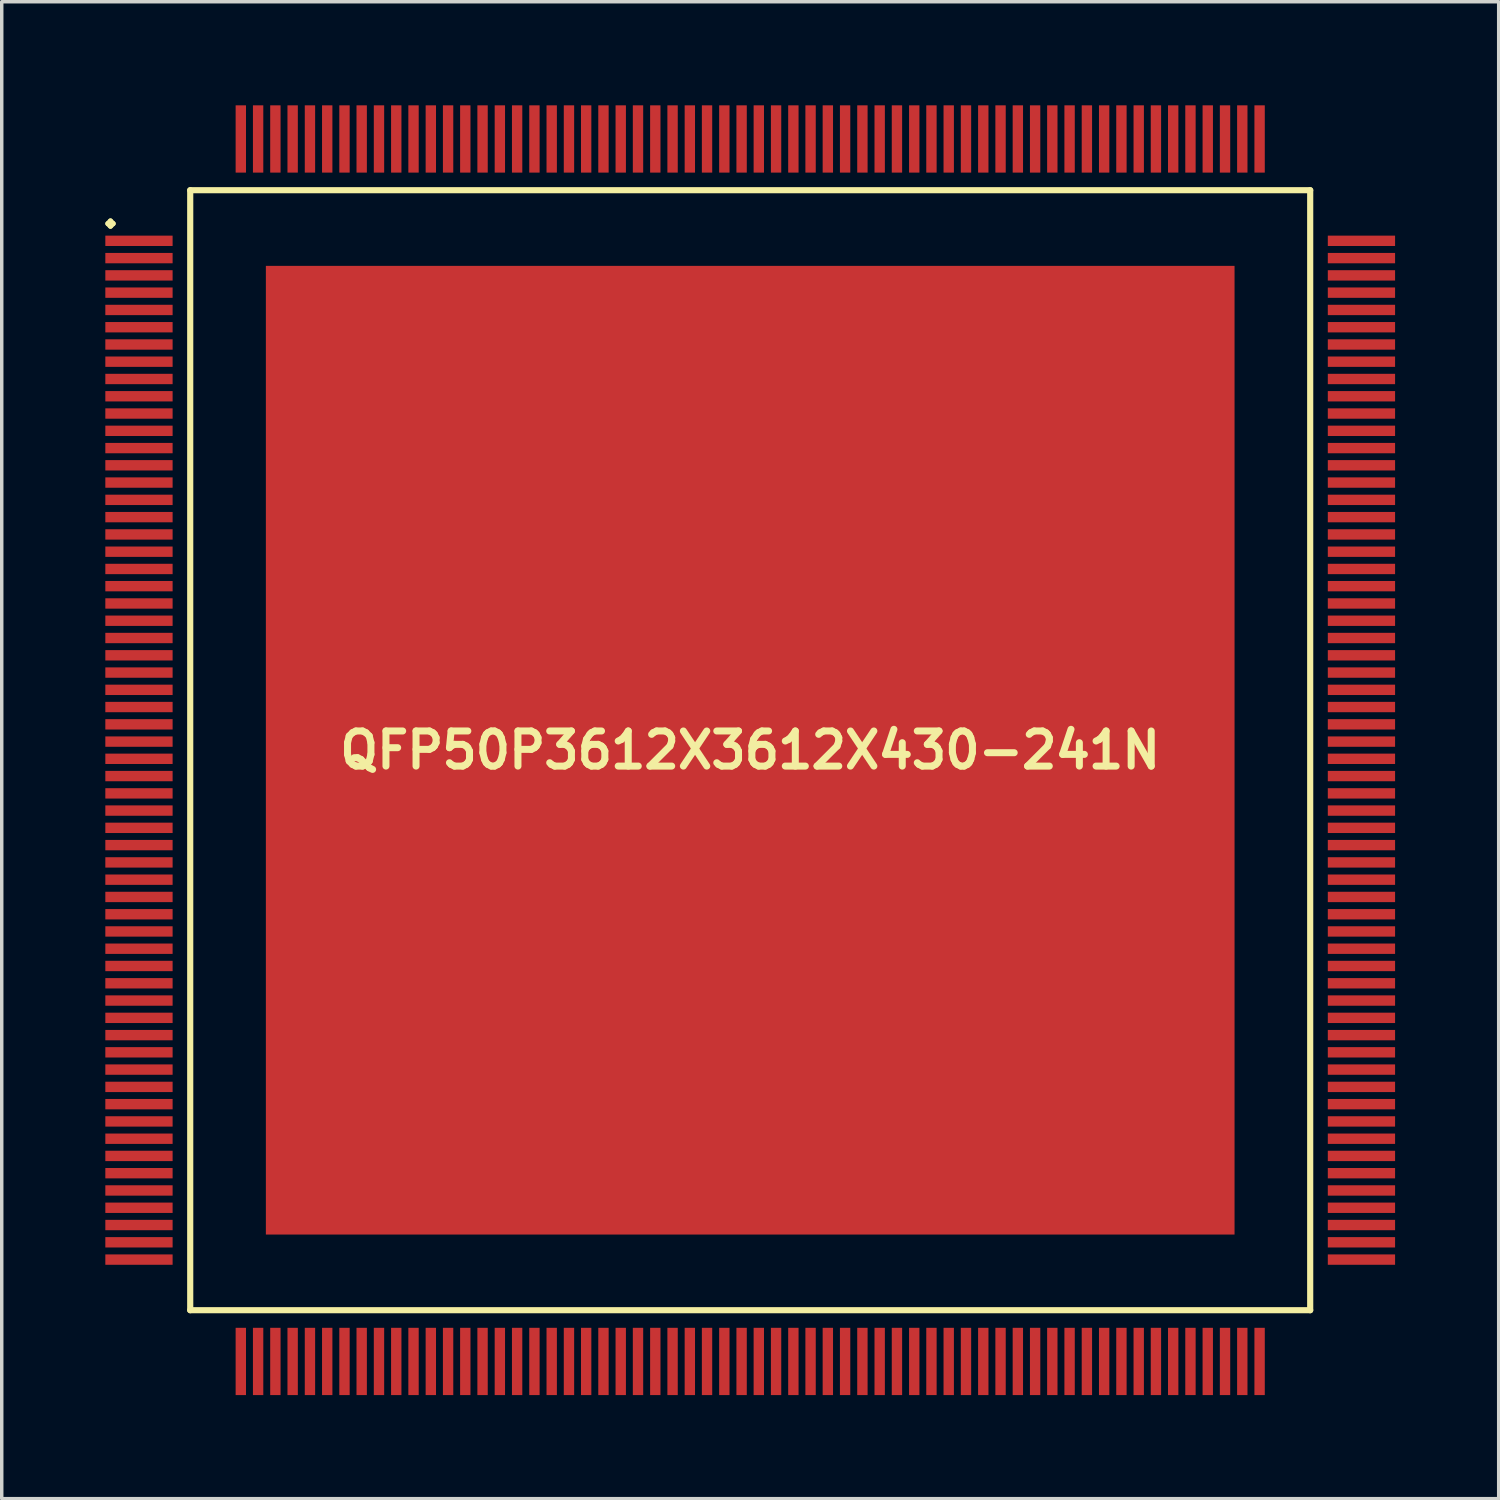
<source format=kicad_pcb>
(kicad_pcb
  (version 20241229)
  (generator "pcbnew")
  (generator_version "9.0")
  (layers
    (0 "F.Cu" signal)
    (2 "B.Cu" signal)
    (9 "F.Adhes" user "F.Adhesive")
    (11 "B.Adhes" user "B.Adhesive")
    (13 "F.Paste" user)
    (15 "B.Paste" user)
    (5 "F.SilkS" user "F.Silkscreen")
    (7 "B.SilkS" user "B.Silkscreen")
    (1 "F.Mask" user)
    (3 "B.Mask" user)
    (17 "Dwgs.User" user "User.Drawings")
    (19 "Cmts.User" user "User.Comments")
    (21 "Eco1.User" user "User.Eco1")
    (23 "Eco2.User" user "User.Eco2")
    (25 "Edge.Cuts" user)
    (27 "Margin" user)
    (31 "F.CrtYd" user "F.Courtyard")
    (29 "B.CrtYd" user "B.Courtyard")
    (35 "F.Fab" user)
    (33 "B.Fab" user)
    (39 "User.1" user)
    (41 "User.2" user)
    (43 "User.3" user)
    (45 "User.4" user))
  (footprint "QFP50P3612X3612X430-241N"
    (layer "F.Cu")
    (at 18.673 18.673)
    (property "Reference" "QFP50P3612X3612X430-241N" (at 0 0 0) (layer "F.SilkS") (effects (font (size 1.016 1.016) (thickness 0.203))))
    (attr smd)
    (fp_line (start -18.598 -15.248) (end -18.524 -15.324) (stroke (width 0.15) (type solid)) (layer "F.SilkS"))
    (fp_line (start -18.524 -15.324) (end -18.448 -15.248) (stroke (width 0.15) (type solid)) (layer "F.SilkS"))
    (fp_line (start -18.524 -15.174) (end -18.598 -15.248) (stroke (width 0.15) (type solid)) (layer "F.SilkS"))
    (fp_line (start -18.448 -15.248) (end -18.524 -15.174) (stroke (width 0.15) (type solid)) (layer "F.SilkS"))
    (fp_line (start -16.215 -16.215) (end -16.215 16.215) (stroke (width 0.178) (type solid)) (layer "F.SilkS"))
    (fp_line (start -16.215 16.215) (end 16.215 16.215) (stroke (width 0.178) (type solid)) (layer "F.SilkS"))
    (fp_line (start 16.215 -16.215) (end -16.215 -16.215) (stroke (width 0.178) (type solid)) (layer "F.SilkS"))
    (fp_line (start 16.215 16.215) (end 16.215 -16.215) (stroke (width 0.178) (type solid)) (layer "F.SilkS"))
    (pad "1" smd rect (at -17.699 -14.75) (size 1.948 0.3) (layers "F.Cu" "F.Mask" "F.Paste"))
    (pad "2" smd rect (at -17.699 -14.249) (size 1.948 0.3) (layers "F.Cu" "F.Mask" "F.Paste"))
    (pad "3" smd rect (at -17.699 -13.749) (size 1.948 0.3) (layers "F.Cu" "F.Mask" "F.Paste"))
    (pad "4" smd rect (at -17.699 -13.249) (size 1.948 0.3) (layers "F.Cu" "F.Mask" "F.Paste"))
    (pad "5" smd rect (at -17.699 -12.748) (size 1.948 0.3) (layers "F.Cu" "F.Mask" "F.Paste"))
    (pad "6" smd rect (at -17.699 -12.248) (size 1.948 0.3) (layers "F.Cu" "F.Mask" "F.Paste"))
    (pad "7" smd rect (at -17.699 -11.748) (size 1.948 0.3) (layers "F.Cu" "F.Mask" "F.Paste"))
    (pad "8" smd rect (at -17.699 -11.25) (size 1.948 0.3) (layers "F.Cu" "F.Mask" "F.Paste"))
    (pad "9" smd rect (at -17.699 -10.749) (size 1.948 0.3) (layers "F.Cu" "F.Mask" "F.Paste"))
    (pad "10" smd rect (at -17.699 -10.249) (size 1.948 0.3) (layers "F.Cu" "F.Mask" "F.Paste"))
    (pad "11" smd rect (at -17.699 -9.749) (size 1.948 0.3) (layers "F.Cu" "F.Mask" "F.Paste"))
    (pad "12" smd rect (at -17.699 -9.248) (size 1.948 0.3) (layers "F.Cu" "F.Mask" "F.Paste"))
    (pad "13" smd rect (at -17.699 -8.748) (size 1.948 0.3) (layers "F.Cu" "F.Mask" "F.Paste"))
    (pad "14" smd rect (at -17.699 -8.25) (size 1.948 0.3) (layers "F.Cu" "F.Mask" "F.Paste"))
    (pad "15" smd rect (at -17.699 -7.75) (size 1.948 0.3) (layers "F.Cu" "F.Mask" "F.Paste"))
    (pad "16" smd rect (at -17.699 -7.249) (size 1.948 0.3) (layers "F.Cu" "F.Mask" "F.Paste"))
    (pad "17" smd rect (at -17.699 -6.749) (size 1.948 0.3) (layers "F.Cu" "F.Mask" "F.Paste"))
    (pad "18" smd rect (at -17.699 -6.248) (size 1.948 0.3) (layers "F.Cu" "F.Mask" "F.Paste"))
    (pad "19" smd rect (at -17.699 -5.748) (size 1.948 0.3) (layers "F.Cu" "F.Mask" "F.Paste"))
    (pad "20" smd rect (at -17.699 -5.248) (size 1.948 0.3) (layers "F.Cu" "F.Mask" "F.Paste"))
    (pad "21" smd rect (at -17.699 -4.75) (size 1.948 0.3) (layers "F.Cu" "F.Mask" "F.Paste"))
    (pad "22" smd rect (at -17.699 -4.249) (size 1.948 0.3) (layers "F.Cu" "F.Mask" "F.Paste"))
    (pad "23" smd rect (at -17.699 -3.749) (size 1.948 0.3) (layers "F.Cu" "F.Mask" "F.Paste"))
    (pad "24" smd rect (at -17.699 -3.249) (size 1.948 0.3) (layers "F.Cu" "F.Mask" "F.Paste"))
    (pad "25" smd rect (at -17.699 -2.748) (size 1.948 0.3) (layers "F.Cu" "F.Mask" "F.Paste"))
    (pad "26" smd rect (at -17.699 -2.248) (size 1.948 0.3) (layers "F.Cu" "F.Mask" "F.Paste"))
    (pad "27" smd rect (at -17.699 -1.748) (size 1.948 0.3) (layers "F.Cu" "F.Mask" "F.Paste"))
    (pad "28" smd rect (at -17.699 -1.25) (size 1.948 0.3) (layers "F.Cu" "F.Mask" "F.Paste"))
    (pad "29" smd rect (at -17.699 -0.749) (size 1.948 0.3) (layers "F.Cu" "F.Mask" "F.Paste"))
    (pad "30" smd rect (at -17.699 -0.249) (size 1.948 0.3) (layers "F.Cu" "F.Mask" "F.Paste"))
    (pad "31" smd rect (at -17.699 0.249) (size 1.948 0.3) (layers "F.Cu" "F.Mask" "F.Paste"))
    (pad "32" smd rect (at -17.699 0.749) (size 1.948 0.3) (layers "F.Cu" "F.Mask" "F.Paste"))
    (pad "33" smd rect (at -17.699 1.25) (size 1.948 0.3) (layers "F.Cu" "F.Mask" "F.Paste"))
    (pad "34" smd rect (at -17.699 1.748) (size 1.948 0.3) (layers "F.Cu" "F.Mask" "F.Paste"))
    (pad "35" smd rect (at -17.699 2.248) (size 1.948 0.3) (layers "F.Cu" "F.Mask" "F.Paste"))
    (pad "36" smd rect (at -17.699 2.748) (size 1.948 0.3) (layers "F.Cu" "F.Mask" "F.Paste"))
    (pad "37" smd rect (at -17.699 3.249) (size 1.948 0.3) (layers "F.Cu" "F.Mask" "F.Paste"))
    (pad "38" smd rect (at -17.699 3.749) (size 1.948 0.3) (layers "F.Cu" "F.Mask" "F.Paste"))
    (pad "39" smd rect (at -17.699 4.249) (size 1.948 0.3) (layers "F.Cu" "F.Mask" "F.Paste"))
    (pad "40" smd rect (at -17.699 4.75) (size 1.948 0.3) (layers "F.Cu" "F.Mask" "F.Paste"))
    (pad "41" smd rect (at -17.699 5.248) (size 1.948 0.3) (layers "F.Cu" "F.Mask" "F.Paste"))
    (pad "42" smd rect (at -17.699 5.748) (size 1.948 0.3) (layers "F.Cu" "F.Mask" "F.Paste"))
    (pad "43" smd rect (at -17.699 6.248) (size 1.948 0.3) (layers "F.Cu" "F.Mask" "F.Paste"))
    (pad "44" smd rect (at -17.699 6.749) (size 1.948 0.3) (layers "F.Cu" "F.Mask" "F.Paste"))
    (pad "45" smd rect (at -17.699 7.249) (size 1.948 0.3) (layers "F.Cu" "F.Mask" "F.Paste"))
    (pad "46" smd rect (at -17.699 7.75) (size 1.948 0.3) (layers "F.Cu" "F.Mask" "F.Paste"))
    (pad "47" smd rect (at -17.699 8.25) (size 1.948 0.3) (layers "F.Cu" "F.Mask" "F.Paste"))
    (pad "48" smd rect (at -17.699 8.748) (size 1.948 0.3) (layers "F.Cu" "F.Mask" "F.Paste"))
    (pad "49" smd rect (at -17.699 9.248) (size 1.948 0.3) (layers "F.Cu" "F.Mask" "F.Paste"))
    (pad "50" smd rect (at -17.699 9.749) (size 1.948 0.3) (layers "F.Cu" "F.Mask" "F.Paste"))
    (pad "51" smd rect (at -17.699 10.249) (size 1.948 0.3) (layers "F.Cu" "F.Mask" "F.Paste"))
    (pad "52" smd rect (at -17.699 10.749) (size 1.948 0.3) (layers "F.Cu" "F.Mask" "F.Paste"))
    (pad "53" smd rect (at -17.699 11.25) (size 1.948 0.3) (layers "F.Cu" "F.Mask" "F.Paste"))
    (pad "54" smd rect (at -17.699 11.748) (size 1.948 0.3) (layers "F.Cu" "F.Mask" "F.Paste"))
    (pad "55" smd rect (at -17.699 12.248) (size 1.948 0.3) (layers "F.Cu" "F.Mask" "F.Paste"))
    (pad "56" smd rect (at -17.699 12.748) (size 1.948 0.3) (layers "F.Cu" "F.Mask" "F.Paste"))
    (pad "57" smd rect (at -17.699 13.249) (size 1.948 0.3) (layers "F.Cu" "F.Mask" "F.Paste"))
    (pad "58" smd rect (at -17.699 13.749) (size 1.948 0.3) (layers "F.Cu" "F.Mask" "F.Paste"))
    (pad "59" smd rect (at -17.699 14.249) (size 1.948 0.3) (layers "F.Cu" "F.Mask" "F.Paste"))
    (pad "60" smd rect (at -17.699 14.75) (size 1.948 0.3) (layers "F.Cu" "F.Mask" "F.Paste"))
    (pad "61" smd rect (at -14.75 17.699) (size 0.3 1.948) (layers "F.Cu" "F.Mask" "F.Paste"))
    (pad "62" smd rect (at -14.249 17.699) (size 0.3 1.948) (layers "F.Cu" "F.Mask" "F.Paste"))
    (pad "63" smd rect (at -13.749 17.699) (size 0.3 1.948) (layers "F.Cu" "F.Mask" "F.Paste"))
    (pad "64" smd rect (at -13.249 17.699) (size 0.3 1.948) (layers "F.Cu" "F.Mask" "F.Paste"))
    (pad "65" smd rect (at -12.748 17.699) (size 0.3 1.948) (layers "F.Cu" "F.Mask" "F.Paste"))
    (pad "66" smd rect (at -12.248 17.699) (size 0.3 1.948) (layers "F.Cu" "F.Mask" "F.Paste"))
    (pad "67" smd rect (at -11.748 17.699) (size 0.3 1.948) (layers "F.Cu" "F.Mask" "F.Paste"))
    (pad "68" smd rect (at -11.25 17.699) (size 0.3 1.948) (layers "F.Cu" "F.Mask" "F.Paste"))
    (pad "69" smd rect (at -10.749 17.699) (size 0.3 1.948) (layers "F.Cu" "F.Mask" "F.Paste"))
    (pad "70" smd rect (at -10.249 17.699) (size 0.3 1.948) (layers "F.Cu" "F.Mask" "F.Paste"))
    (pad "71" smd rect (at -9.749 17.699) (size 0.3 1.948) (layers "F.Cu" "F.Mask" "F.Paste"))
    (pad "72" smd rect (at -9.248 17.699) (size 0.3 1.948) (layers "F.Cu" "F.Mask" "F.Paste"))
    (pad "73" smd rect (at -8.748 17.699) (size 0.3 1.948) (layers "F.Cu" "F.Mask" "F.Paste"))
    (pad "74" smd rect (at -8.25 17.699) (size 0.3 1.948) (layers "F.Cu" "F.Mask" "F.Paste"))
    (pad "75" smd rect (at -7.75 17.699) (size 0.3 1.948) (layers "F.Cu" "F.Mask" "F.Paste"))
    (pad "76" smd rect (at -7.249 17.699) (size 0.3 1.948) (layers "F.Cu" "F.Mask" "F.Paste"))
    (pad "77" smd rect (at -6.749 17.699) (size 0.3 1.948) (layers "F.Cu" "F.Mask" "F.Paste"))
    (pad "78" smd rect (at -6.248 17.699) (size 0.3 1.948) (layers "F.Cu" "F.Mask" "F.Paste"))
    (pad "79" smd rect (at -5.748 17.699) (size 0.3 1.948) (layers "F.Cu" "F.Mask" "F.Paste"))
    (pad "80" smd rect (at -5.248 17.699) (size 0.3 1.948) (layers "F.Cu" "F.Mask" "F.Paste"))
    (pad "81" smd rect (at -4.75 17.699) (size 0.3 1.948) (layers "F.Cu" "F.Mask" "F.Paste"))
    (pad "82" smd rect (at -4.249 17.699) (size 0.3 1.948) (layers "F.Cu" "F.Mask" "F.Paste"))
    (pad "83" smd rect (at -3.749 17.699) (size 0.3 1.948) (layers "F.Cu" "F.Mask" "F.Paste"))
    (pad "84" smd rect (at -3.249 17.699) (size 0.3 1.948) (layers "F.Cu" "F.Mask" "F.Paste"))
    (pad "85" smd rect (at -2.748 17.699) (size 0.3 1.948) (layers "F.Cu" "F.Mask" "F.Paste"))
    (pad "86" smd rect (at -2.248 17.699) (size 0.3 1.948) (layers "F.Cu" "F.Mask" "F.Paste"))
    (pad "87" smd rect (at -1.748 17.699) (size 0.3 1.948) (layers "F.Cu" "F.Mask" "F.Paste"))
    (pad "88" smd rect (at -1.25 17.699) (size 0.3 1.948) (layers "F.Cu" "F.Mask" "F.Paste"))
    (pad "89" smd rect (at -0.749 17.699) (size 0.3 1.948) (layers "F.Cu" "F.Mask" "F.Paste"))
    (pad "90" smd rect (at -0.249 17.699) (size 0.3 1.948) (layers "F.Cu" "F.Mask" "F.Paste"))
    (pad "91" smd rect (at 0.249 17.699) (size 0.3 1.948) (layers "F.Cu" "F.Mask" "F.Paste"))
    (pad "92" smd rect (at 0.749 17.699) (size 0.3 1.948) (layers "F.Cu" "F.Mask" "F.Paste"))
    (pad "93" smd rect (at 1.25 17.699) (size 0.3 1.948) (layers "F.Cu" "F.Mask" "F.Paste"))
    (pad "94" smd rect (at 1.748 17.699) (size 0.3 1.948) (layers "F.Cu" "F.Mask" "F.Paste"))
    (pad "95" smd rect (at 2.248 17.699) (size 0.3 1.948) (layers "F.Cu" "F.Mask" "F.Paste"))
    (pad "96" smd rect (at 2.748 17.699) (size 0.3 1.948) (layers "F.Cu" "F.Mask" "F.Paste"))
    (pad "97" smd rect (at 3.249 17.699) (size 0.3 1.948) (layers "F.Cu" "F.Mask" "F.Paste"))
    (pad "98" smd rect (at 3.749 17.699) (size 0.3 1.948) (layers "F.Cu" "F.Mask" "F.Paste"))
    (pad "99" smd rect (at 4.249 17.699) (size 0.3 1.948) (layers "F.Cu" "F.Mask" "F.Paste"))
    (pad "100" smd rect (at 4.75 17.699) (size 0.3 1.948) (layers "F.Cu" "F.Mask" "F.Paste"))
    (pad "101" smd rect (at 5.248 17.699) (size 0.3 1.948) (layers "F.Cu" "F.Mask" "F.Paste"))
    (pad "102" smd rect (at 5.748 17.699) (size 0.3 1.948) (layers "F.Cu" "F.Mask" "F.Paste"))
    (pad "103" smd rect (at 6.248 17.699) (size 0.3 1.948) (layers "F.Cu" "F.Mask" "F.Paste"))
    (pad "104" smd rect (at 6.749 17.699) (size 0.3 1.948) (layers "F.Cu" "F.Mask" "F.Paste"))
    (pad "105" smd rect (at 7.249 17.699) (size 0.3 1.948) (layers "F.Cu" "F.Mask" "F.Paste"))
    (pad "106" smd rect (at 7.75 17.699) (size 0.3 1.948) (layers "F.Cu" "F.Mask" "F.Paste"))
    (pad "107" smd rect (at 8.25 17.699) (size 0.3 1.948) (layers "F.Cu" "F.Mask" "F.Paste"))
    (pad "108" smd rect (at 8.748 17.699) (size 0.3 1.948) (layers "F.Cu" "F.Mask" "F.Paste"))
    (pad "109" smd rect (at 9.248 17.699) (size 0.3 1.948) (layers "F.Cu" "F.Mask" "F.Paste"))
    (pad "110" smd rect (at 9.749 17.699) (size 0.3 1.948) (layers "F.Cu" "F.Mask" "F.Paste"))
    (pad "111" smd rect (at 10.249 17.699) (size 0.3 1.948) (layers "F.Cu" "F.Mask" "F.Paste"))
    (pad "112" smd rect (at 10.749 17.699) (size 0.3 1.948) (layers "F.Cu" "F.Mask" "F.Paste"))
    (pad "113" smd rect (at 11.25 17.699) (size 0.3 1.948) (layers "F.Cu" "F.Mask" "F.Paste"))
    (pad "114" smd rect (at 11.748 17.699) (size 0.3 1.948) (layers "F.Cu" "F.Mask" "F.Paste"))
    (pad "115" smd rect (at 12.248 17.699) (size 0.3 1.948) (layers "F.Cu" "F.Mask" "F.Paste"))
    (pad "116" smd rect (at 12.748 17.699) (size 0.3 1.948) (layers "F.Cu" "F.Mask" "F.Paste"))
    (pad "117" smd rect (at 13.249 17.699) (size 0.3 1.948) (layers "F.Cu" "F.Mask" "F.Paste"))
    (pad "118" smd rect (at 13.749 17.699) (size 0.3 1.948) (layers "F.Cu" "F.Mask" "F.Paste"))
    (pad "119" smd rect (at 14.249 17.699) (size 0.3 1.948) (layers "F.Cu" "F.Mask" "F.Paste"))
    (pad "120" smd rect (at 14.75 17.699) (size 0.3 1.948) (layers "F.Cu" "F.Mask" "F.Paste"))
    (pad "121" smd rect (at 17.699 14.75) (size 1.948 0.3) (layers "F.Cu" "F.Mask" "F.Paste"))
    (pad "122" smd rect (at 17.699 14.249) (size 1.948 0.3) (layers "F.Cu" "F.Mask" "F.Paste"))
    (pad "123" smd rect (at 17.699 13.749) (size 1.948 0.3) (layers "F.Cu" "F.Mask" "F.Paste"))
    (pad "124" smd rect (at 17.699 13.249) (size 1.948 0.3) (layers "F.Cu" "F.Mask" "F.Paste"))
    (pad "125" smd rect (at 17.699 12.748) (size 1.948 0.3) (layers "F.Cu" "F.Mask" "F.Paste"))
    (pad "126" smd rect (at 17.699 12.248) (size 1.948 0.3) (layers "F.Cu" "F.Mask" "F.Paste"))
    (pad "127" smd rect (at 17.699 11.748) (size 1.948 0.3) (layers "F.Cu" "F.Mask" "F.Paste"))
    (pad "128" smd rect (at 17.699 11.25) (size 1.948 0.3) (layers "F.Cu" "F.Mask" "F.Paste"))
    (pad "129" smd rect (at 17.699 10.749) (size 1.948 0.3) (layers "F.Cu" "F.Mask" "F.Paste"))
    (pad "130" smd rect (at 17.699 10.249) (size 1.948 0.3) (layers "F.Cu" "F.Mask" "F.Paste"))
    (pad "131" smd rect (at 17.699 9.749) (size 1.948 0.3) (layers "F.Cu" "F.Mask" "F.Paste"))
    (pad "132" smd rect (at 17.699 9.248) (size 1.948 0.3) (layers "F.Cu" "F.Mask" "F.Paste"))
    (pad "133" smd rect (at 17.699 8.748) (size 1.948 0.3) (layers "F.Cu" "F.Mask" "F.Paste"))
    (pad "134" smd rect (at 17.699 8.25) (size 1.948 0.3) (layers "F.Cu" "F.Mask" "F.Paste"))
    (pad "135" smd rect (at 17.699 7.75) (size 1.948 0.3) (layers "F.Cu" "F.Mask" "F.Paste"))
    (pad "136" smd rect (at 17.699 7.249) (size 1.948 0.3) (layers "F.Cu" "F.Mask" "F.Paste"))
    (pad "137" smd rect (at 17.699 6.749) (size 1.948 0.3) (layers "F.Cu" "F.Mask" "F.Paste"))
    (pad "138" smd rect (at 17.699 6.248) (size 1.948 0.3) (layers "F.Cu" "F.Mask" "F.Paste"))
    (pad "139" smd rect (at 17.699 5.748) (size 1.948 0.3) (layers "F.Cu" "F.Mask" "F.Paste"))
    (pad "140" smd rect (at 17.699 5.248) (size 1.948 0.3) (layers "F.Cu" "F.Mask" "F.Paste"))
    (pad "141" smd rect (at 17.699 4.75) (size 1.948 0.3) (layers "F.Cu" "F.Mask" "F.Paste"))
    (pad "142" smd rect (at 17.699 4.249) (size 1.948 0.3) (layers "F.Cu" "F.Mask" "F.Paste"))
    (pad "143" smd rect (at 17.699 3.749) (size 1.948 0.3) (layers "F.Cu" "F.Mask" "F.Paste"))
    (pad "144" smd rect (at 17.699 3.249) (size 1.948 0.3) (layers "F.Cu" "F.Mask" "F.Paste"))
    (pad "145" smd rect (at 17.699 2.748) (size 1.948 0.3) (layers "F.Cu" "F.Mask" "F.Paste"))
    (pad "146" smd rect (at 17.699 2.248) (size 1.948 0.3) (layers "F.Cu" "F.Mask" "F.Paste"))
    (pad "147" smd rect (at 17.699 1.748) (size 1.948 0.3) (layers "F.Cu" "F.Mask" "F.Paste"))
    (pad "148" smd rect (at 17.699 1.25) (size 1.948 0.3) (layers "F.Cu" "F.Mask" "F.Paste"))
    (pad "149" smd rect (at 17.699 0.749) (size 1.948 0.3) (layers "F.Cu" "F.Mask" "F.Paste"))
    (pad "150" smd rect (at 17.699 0.249) (size 1.948 0.3) (layers "F.Cu" "F.Mask" "F.Paste"))
    (pad "151" smd rect (at 17.699 -0.249) (size 1.948 0.3) (layers "F.Cu" "F.Mask" "F.Paste"))
    (pad "152" smd rect (at 17.699 -0.749) (size 1.948 0.3) (layers "F.Cu" "F.Mask" "F.Paste"))
    (pad "153" smd rect (at 17.699 -1.25) (size 1.948 0.3) (layers "F.Cu" "F.Mask" "F.Paste"))
    (pad "154" smd rect (at 17.699 -1.748) (size 1.948 0.3) (layers "F.Cu" "F.Mask" "F.Paste"))
    (pad "155" smd rect (at 17.699 -2.248) (size 1.948 0.3) (layers "F.Cu" "F.Mask" "F.Paste"))
    (pad "156" smd rect (at 17.699 -2.748) (size 1.948 0.3) (layers "F.Cu" "F.Mask" "F.Paste"))
    (pad "157" smd rect (at 17.699 -3.249) (size 1.948 0.3) (layers "F.Cu" "F.Mask" "F.Paste"))
    (pad "158" smd rect (at 17.699 -3.749) (size 1.948 0.3) (layers "F.Cu" "F.Mask" "F.Paste"))
    (pad "159" smd rect (at 17.699 -4.249) (size 1.948 0.3) (layers "F.Cu" "F.Mask" "F.Paste"))
    (pad "160" smd rect (at 17.699 -4.75) (size 1.948 0.3) (layers "F.Cu" "F.Mask" "F.Paste"))
    (pad "161" smd rect (at 17.699 -5.248) (size 1.948 0.3) (layers "F.Cu" "F.Mask" "F.Paste"))
    (pad "162" smd rect (at 17.699 -5.748) (size 1.948 0.3) (layers "F.Cu" "F.Mask" "F.Paste"))
    (pad "163" smd rect (at 17.699 -6.248) (size 1.948 0.3) (layers "F.Cu" "F.Mask" "F.Paste"))
    (pad "164" smd rect (at 17.699 -6.749) (size 1.948 0.3) (layers "F.Cu" "F.Mask" "F.Paste"))
    (pad "165" smd rect (at 17.699 -7.249) (size 1.948 0.3) (layers "F.Cu" "F.Mask" "F.Paste"))
    (pad "166" smd rect (at 17.699 -7.75) (size 1.948 0.3) (layers "F.Cu" "F.Mask" "F.Paste"))
    (pad "167" smd rect (at 17.699 -8.25) (size 1.948 0.3) (layers "F.Cu" "F.Mask" "F.Paste"))
    (pad "168" smd rect (at 17.699 -8.748) (size 1.948 0.3) (layers "F.Cu" "F.Mask" "F.Paste"))
    (pad "169" smd rect (at 17.699 -9.248) (size 1.948 0.3) (layers "F.Cu" "F.Mask" "F.Paste"))
    (pad "170" smd rect (at 17.699 -9.749) (size 1.948 0.3) (layers "F.Cu" "F.Mask" "F.Paste"))
    (pad "171" smd rect (at 17.699 -10.249) (size 1.948 0.3) (layers "F.Cu" "F.Mask" "F.Paste"))
    (pad "172" smd rect (at 17.699 -10.749) (size 1.948 0.3) (layers "F.Cu" "F.Mask" "F.Paste"))
    (pad "173" smd rect (at 17.699 -11.25) (size 1.948 0.3) (layers "F.Cu" "F.Mask" "F.Paste"))
    (pad "174" smd rect (at 17.699 -11.748) (size 1.948 0.3) (layers "F.Cu" "F.Mask" "F.Paste"))
    (pad "175" smd rect (at 17.699 -12.248) (size 1.948 0.3) (layers "F.Cu" "F.Mask" "F.Paste"))
    (pad "176" smd rect (at 17.699 -12.748) (size 1.948 0.3) (layers "F.Cu" "F.Mask" "F.Paste"))
    (pad "177" smd rect (at 17.699 -13.249) (size 1.948 0.3) (layers "F.Cu" "F.Mask" "F.Paste"))
    (pad "178" smd rect (at 17.699 -13.749) (size 1.948 0.3) (layers "F.Cu" "F.Mask" "F.Paste"))
    (pad "179" smd rect (at 17.699 -14.249) (size 1.948 0.3) (layers "F.Cu" "F.Mask" "F.Paste"))
    (pad "180" smd rect (at 17.699 -14.75) (size 1.948 0.3) (layers "F.Cu" "F.Mask" "F.Paste"))
    (pad "181" smd rect (at 14.75 -17.699) (size 0.3 1.948) (layers "F.Cu" "F.Mask" "F.Paste"))
    (pad "182" smd rect (at 14.249 -17.699) (size 0.3 1.948) (layers "F.Cu" "F.Mask" "F.Paste"))
    (pad "183" smd rect (at 13.749 -17.699) (size 0.3 1.948) (layers "F.Cu" "F.Mask" "F.Paste"))
    (pad "184" smd rect (at 13.249 -17.699) (size 0.3 1.948) (layers "F.Cu" "F.Mask" "F.Paste"))
    (pad "185" smd rect (at 12.748 -17.699) (size 0.3 1.948) (layers "F.Cu" "F.Mask" "F.Paste"))
    (pad "186" smd rect (at 12.248 -17.699) (size 0.3 1.948) (layers "F.Cu" "F.Mask" "F.Paste"))
    (pad "187" smd rect (at 11.748 -17.699) (size 0.3 1.948) (layers "F.Cu" "F.Mask" "F.Paste"))
    (pad "188" smd rect (at 11.25 -17.699) (size 0.3 1.948) (layers "F.Cu" "F.Mask" "F.Paste"))
    (pad "189" smd rect (at 10.749 -17.699) (size 0.3 1.948) (layers "F.Cu" "F.Mask" "F.Paste"))
    (pad "190" smd rect (at 10.249 -17.699) (size 0.3 1.948) (layers "F.Cu" "F.Mask" "F.Paste"))
    (pad "191" smd rect (at 9.749 -17.699) (size 0.3 1.948) (layers "F.Cu" "F.Mask" "F.Paste"))
    (pad "192" smd rect (at 9.248 -17.699) (size 0.3 1.948) (layers "F.Cu" "F.Mask" "F.Paste"))
    (pad "193" smd rect (at 8.748 -17.699) (size 0.3 1.948) (layers "F.Cu" "F.Mask" "F.Paste"))
    (pad "194" smd rect (at 8.25 -17.699) (size 0.3 1.948) (layers "F.Cu" "F.Mask" "F.Paste"))
    (pad "195" smd rect (at 7.75 -17.699) (size 0.3 1.948) (layers "F.Cu" "F.Mask" "F.Paste"))
    (pad "196" smd rect (at 7.249 -17.699) (size 0.3 1.948) (layers "F.Cu" "F.Mask" "F.Paste"))
    (pad "197" smd rect (at 6.749 -17.699) (size 0.3 1.948) (layers "F.Cu" "F.Mask" "F.Paste"))
    (pad "198" smd rect (at 6.248 -17.699) (size 0.3 1.948) (layers "F.Cu" "F.Mask" "F.Paste"))
    (pad "199" smd rect (at 5.748 -17.699) (size 0.3 1.948) (layers "F.Cu" "F.Mask" "F.Paste"))
    (pad "200" smd rect (at 5.248 -17.699) (size 0.3 1.948) (layers "F.Cu" "F.Mask" "F.Paste"))
    (pad "201" smd rect (at 4.75 -17.699) (size 0.3 1.948) (layers "F.Cu" "F.Mask" "F.Paste"))
    (pad "202" smd rect (at 4.249 -17.699) (size 0.3 1.948) (layers "F.Cu" "F.Mask" "F.Paste"))
    (pad "203" smd rect (at 3.749 -17.699) (size 0.3 1.948) (layers "F.Cu" "F.Mask" "F.Paste"))
    (pad "204" smd rect (at 3.249 -17.699) (size 0.3 1.948) (layers "F.Cu" "F.Mask" "F.Paste"))
    (pad "205" smd rect (at 2.748 -17.699) (size 0.3 1.948) (layers "F.Cu" "F.Mask" "F.Paste"))
    (pad "206" smd rect (at 2.248 -17.699) (size 0.3 1.948) (layers "F.Cu" "F.Mask" "F.Paste"))
    (pad "207" smd rect (at 1.748 -17.699) (size 0.3 1.948) (layers "F.Cu" "F.Mask" "F.Paste"))
    (pad "208" smd rect (at 1.25 -17.699) (size 0.3 1.948) (layers "F.Cu" "F.Mask" "F.Paste"))
    (pad "209" smd rect (at 0.749 -17.699) (size 0.3 1.948) (layers "F.Cu" "F.Mask" "F.Paste"))
    (pad "210" smd rect (at 0.249 -17.699) (size 0.3 1.948) (layers "F.Cu" "F.Mask" "F.Paste"))
    (pad "211" smd rect (at -0.249 -17.699) (size 0.3 1.948) (layers "F.Cu" "F.Mask" "F.Paste"))
    (pad "212" smd rect (at -0.749 -17.699) (size 0.3 1.948) (layers "F.Cu" "F.Mask" "F.Paste"))
    (pad "213" smd rect (at -1.25 -17.699) (size 0.3 1.948) (layers "F.Cu" "F.Mask" "F.Paste"))
    (pad "214" smd rect (at -1.748 -17.699) (size 0.3 1.948) (layers "F.Cu" "F.Mask" "F.Paste"))
    (pad "215" smd rect (at -2.248 -17.699) (size 0.3 1.948) (layers "F.Cu" "F.Mask" "F.Paste"))
    (pad "216" smd rect (at -2.748 -17.699) (size 0.3 1.948) (layers "F.Cu" "F.Mask" "F.Paste"))
    (pad "217" smd rect (at -3.249 -17.699) (size 0.3 1.948) (layers "F.Cu" "F.Mask" "F.Paste"))
    (pad "218" smd rect (at -3.749 -17.699) (size 0.3 1.948) (layers "F.Cu" "F.Mask" "F.Paste"))
    (pad "219" smd rect (at -4.249 -17.699) (size 0.3 1.948) (layers "F.Cu" "F.Mask" "F.Paste"))
    (pad "220" smd rect (at -4.75 -17.699) (size 0.3 1.948) (layers "F.Cu" "F.Mask" "F.Paste"))
    (pad "221" smd rect (at -5.248 -17.699) (size 0.3 1.948) (layers "F.Cu" "F.Mask" "F.Paste"))
    (pad "222" smd rect (at -5.748 -17.699) (size 0.3 1.948) (layers "F.Cu" "F.Mask" "F.Paste"))
    (pad "223" smd rect (at -6.248 -17.699) (size 0.3 1.948) (layers "F.Cu" "F.Mask" "F.Paste"))
    (pad "224" smd rect (at -6.749 -17.699) (size 0.3 1.948) (layers "F.Cu" "F.Mask" "F.Paste"))
    (pad "225" smd rect (at -7.249 -17.699) (size 0.3 1.948) (layers "F.Cu" "F.Mask" "F.Paste"))
    (pad "226" smd rect (at -7.75 -17.699) (size 0.3 1.948) (layers "F.Cu" "F.Mask" "F.Paste"))
    (pad "227" smd rect (at -8.25 -17.699) (size 0.3 1.948) (layers "F.Cu" "F.Mask" "F.Paste"))
    (pad "228" smd rect (at -8.748 -17.699) (size 0.3 1.948) (layers "F.Cu" "F.Mask" "F.Paste"))
    (pad "229" smd rect (at -9.248 -17.699) (size 0.3 1.948) (layers "F.Cu" "F.Mask" "F.Paste"))
    (pad "230" smd rect (at -9.749 -17.699) (size 0.3 1.948) (layers "F.Cu" "F.Mask" "F.Paste"))
    (pad "231" smd rect (at -10.249 -17.699) (size 0.3 1.948) (layers "F.Cu" "F.Mask" "F.Paste"))
    (pad "232" smd rect (at -10.749 -17.699) (size 0.3 1.948) (layers "F.Cu" "F.Mask" "F.Paste"))
    (pad "233" smd rect (at -11.25 -17.699) (size 0.3 1.948) (layers "F.Cu" "F.Mask" "F.Paste"))
    (pad "234" smd rect (at -11.748 -17.699) (size 0.3 1.948) (layers "F.Cu" "F.Mask" "F.Paste"))
    (pad "235" smd rect (at -12.248 -17.699) (size 0.3 1.948) (layers "F.Cu" "F.Mask" "F.Paste"))
    (pad "236" smd rect (at -12.748 -17.699) (size 0.3 1.948) (layers "F.Cu" "F.Mask" "F.Paste"))
    (pad "237" smd rect (at -13.249 -17.699) (size 0.3 1.948) (layers "F.Cu" "F.Mask" "F.Paste"))
    (pad "238" smd rect (at -13.749 -17.699) (size 0.3 1.948) (layers "F.Cu" "F.Mask" "F.Paste"))
    (pad "239" smd rect (at -14.249 -17.699) (size 0.3 1.948) (layers "F.Cu" "F.Mask" "F.Paste"))
    (pad "240" smd rect (at -14.75 -17.699) (size 0.3 1.948) (layers "F.Cu" "F.Mask" "F.Paste"))
    (pad "241" smd rect (at 0 0) (size 28.049 28.049) (layers "F.Cu" "F.Mask" "F.Paste")))
  (gr_rect
    (start -3 -3)
    (end 40.346 40.346)
    (stroke (width 0.1) (type default))
    (fill no)
    (layer "Edge.Cuts")))
</source>
